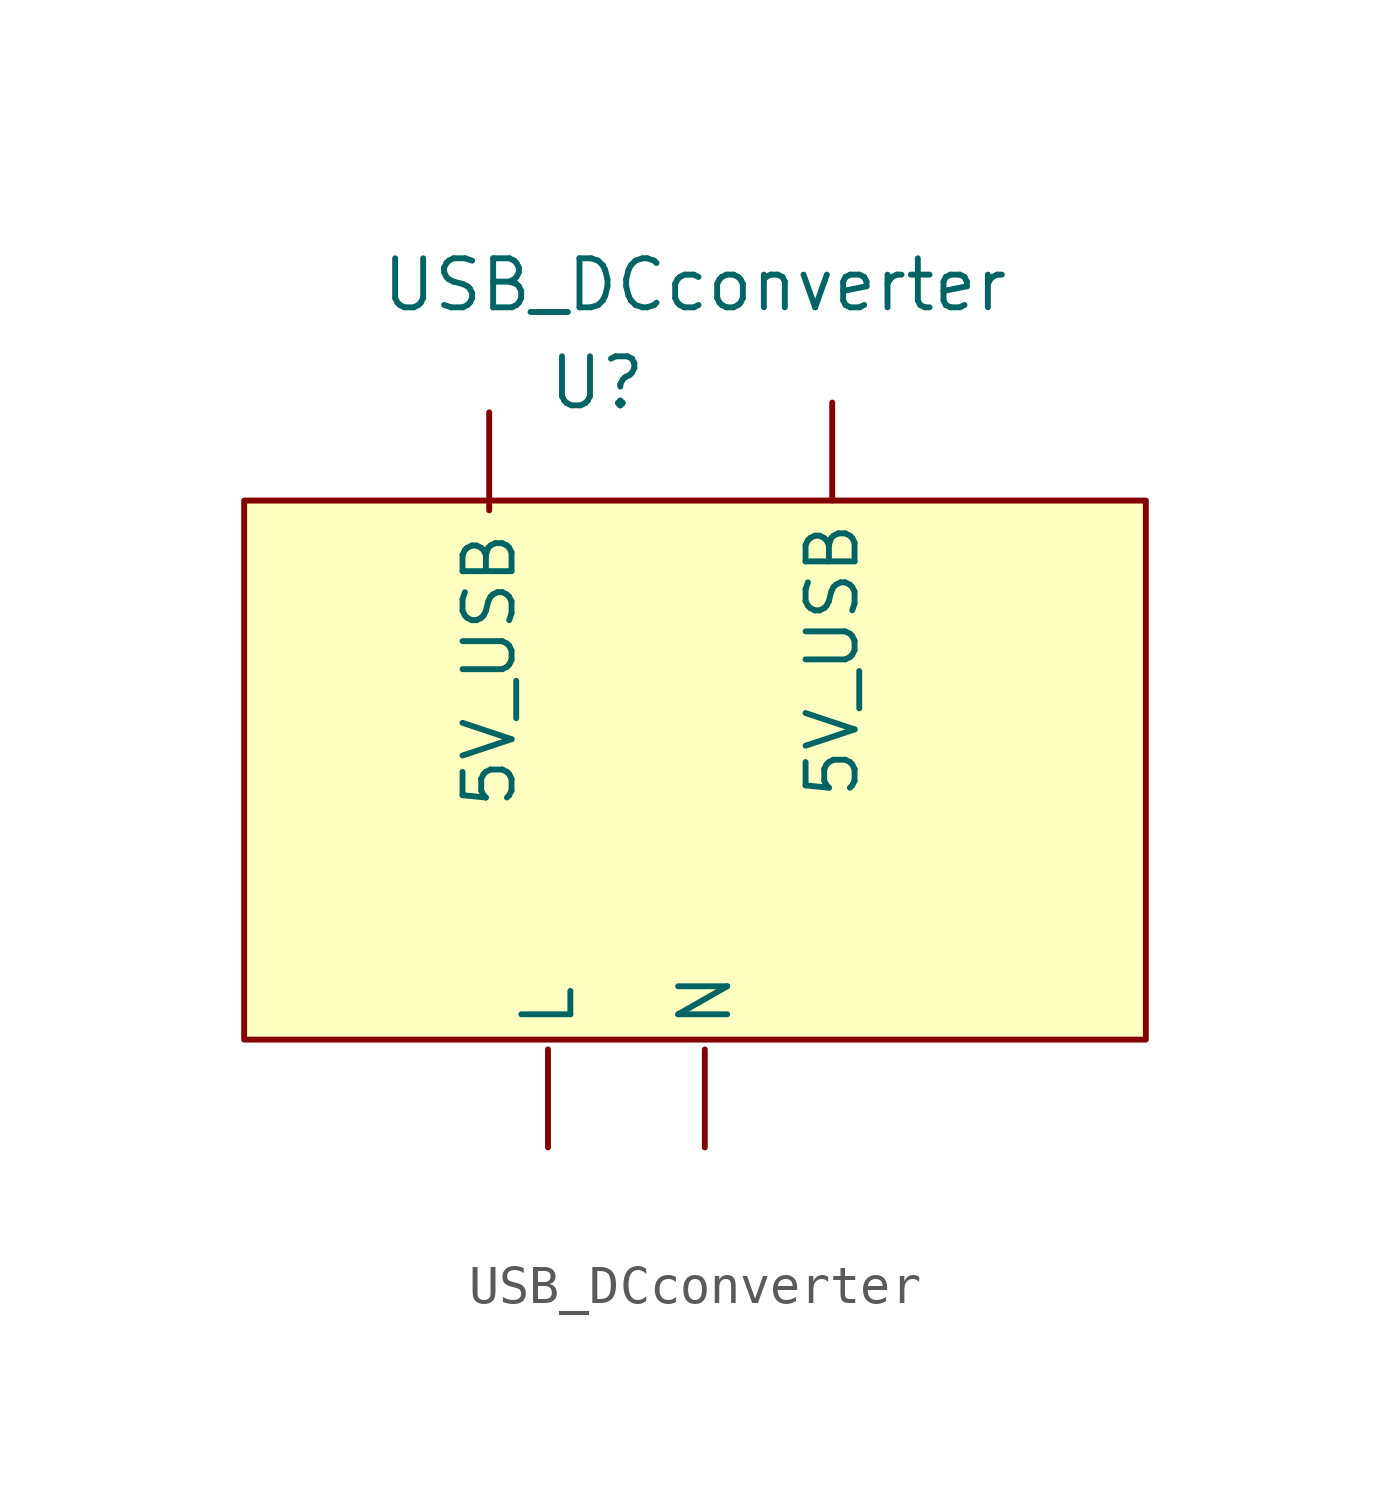
<source format=kicad_sym>
(kicad_symbol_lib
  (version 20211014)
  (generator kicad_symbol_editor)
  (symbol "USB_DCconverter"
    (property "Reference" "U"
      (at -1.778 7.112 0)
      (effects (font (size 1.27 1.27))))
    (property "Value" "USB_DCconverter"
      (at 0.762 9.652 0)
      (effects (font (size 1.27 1.27))))
    (symbol "USB_DCconverter_0_1"
      (rectangle (start -10.922 4.064) (end 12.446 -9.906) (stroke (width 0) (type default) (color 0 0 0 0)) (fill (type background))))
    (symbol "USB_DCconverter_1_1"
      (pin free line (at -4.572 6.35 270) (length 2.54) (name "5V_USB" (effects (font (size 1.27 1.27)))) (number "" (effects (font (size 1.27 1.27)))))
      (pin free line (at 4.318 6.604 270) (length 2.54) (name "5V_USB" (effects (font (size 1.27 1.27)))) (number "" (effects (font (size 1.27 1.27)))))
      (pin input line (at -3.048 -12.7 90) (length 2.54) (name "L" (effects (font (size 1.27 1.27)))) (number "" (effects (font (size 1.27 1.27)))))
      (pin input line (at 1.016 -12.7 90) (length 2.54) (name "N" (effects (font (size 1.27 1.27)))) (number "" (effects (font (size 1.27 1.27))))))))
</source>
